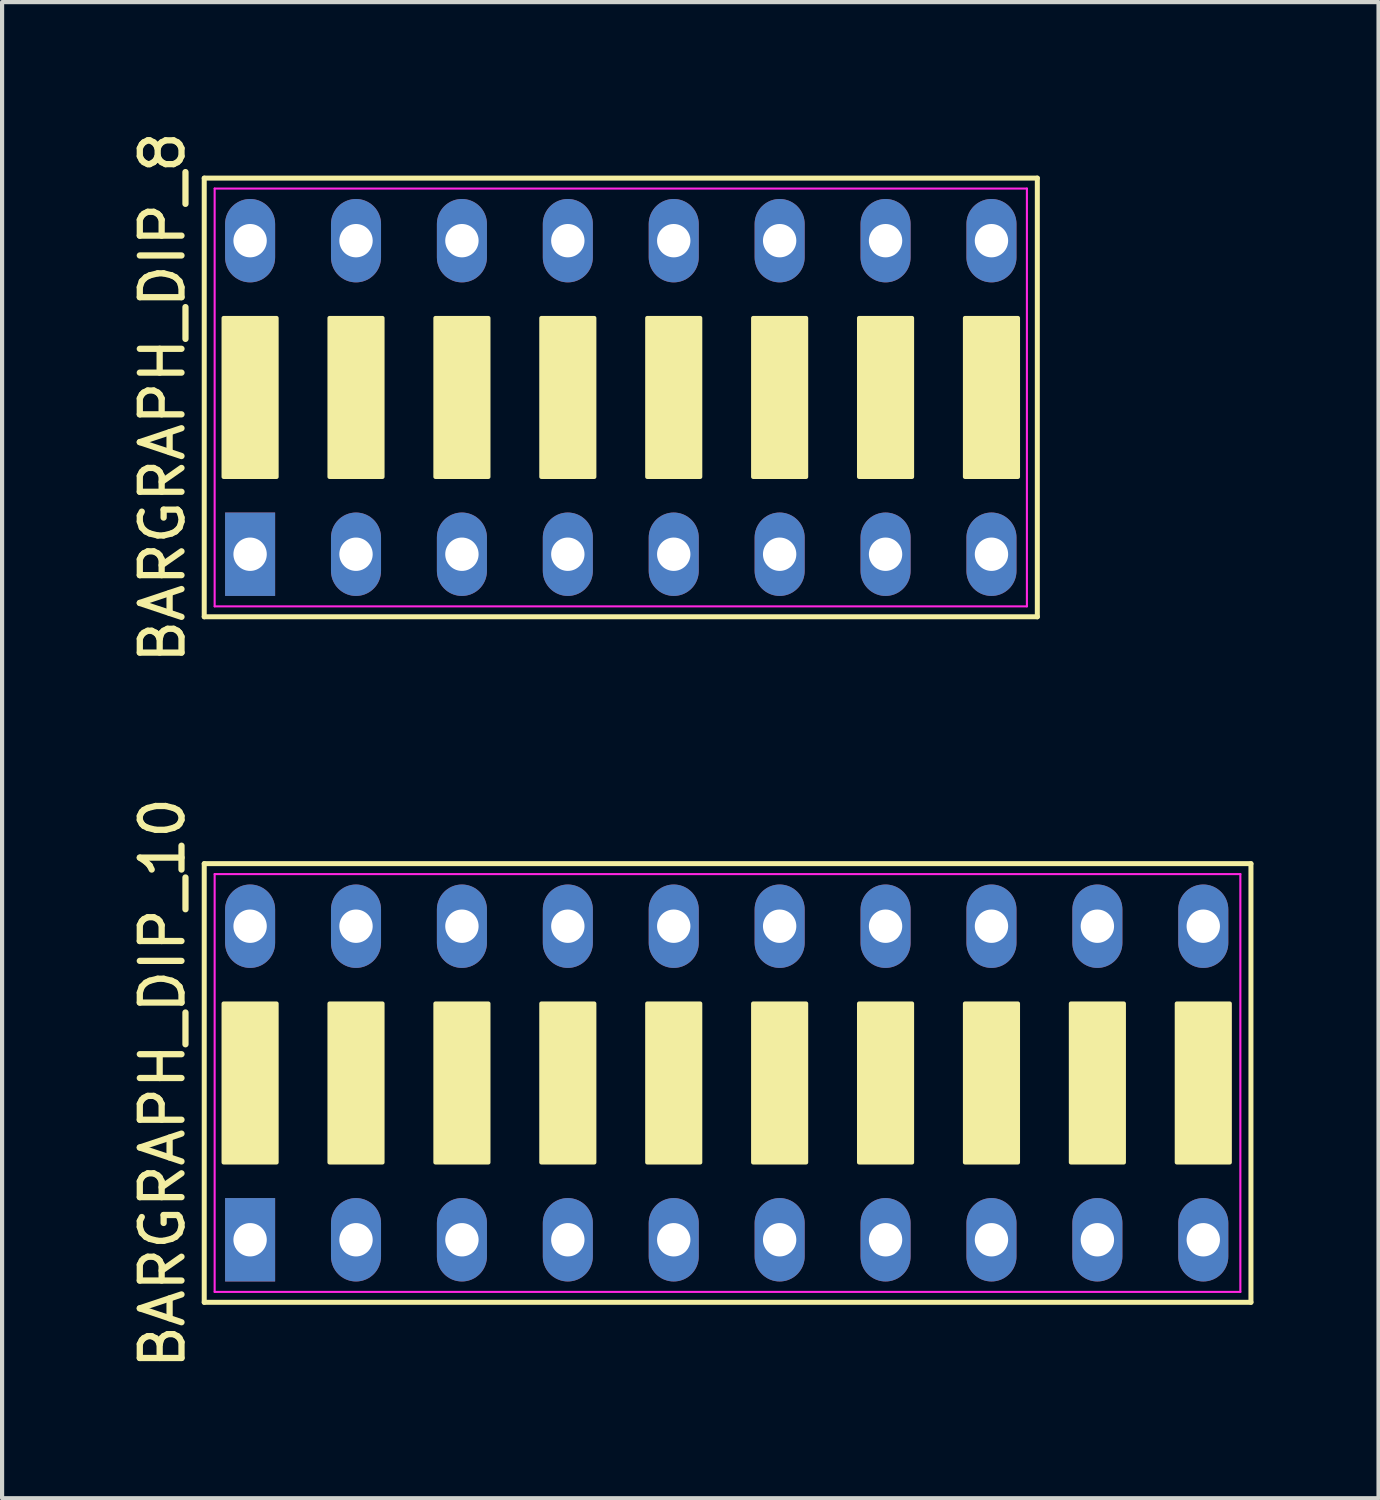
<source format=kicad_pcb>
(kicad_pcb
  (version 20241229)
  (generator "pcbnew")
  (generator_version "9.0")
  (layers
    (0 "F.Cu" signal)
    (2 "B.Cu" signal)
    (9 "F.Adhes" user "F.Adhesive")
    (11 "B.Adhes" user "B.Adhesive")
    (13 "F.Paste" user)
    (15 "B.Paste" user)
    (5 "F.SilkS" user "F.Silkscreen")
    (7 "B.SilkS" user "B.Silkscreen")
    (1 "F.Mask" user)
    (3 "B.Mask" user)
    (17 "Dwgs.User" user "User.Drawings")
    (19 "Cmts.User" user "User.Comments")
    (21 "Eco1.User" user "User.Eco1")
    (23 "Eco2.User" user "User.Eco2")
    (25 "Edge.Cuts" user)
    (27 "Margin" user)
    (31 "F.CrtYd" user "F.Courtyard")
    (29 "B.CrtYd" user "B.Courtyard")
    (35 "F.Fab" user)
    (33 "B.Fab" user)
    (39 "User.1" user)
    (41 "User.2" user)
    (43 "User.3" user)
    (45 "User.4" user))
  (footprint "BARGRAPH_DIP_10"
    (layer "F.Cu")
    (at 14.378 22.923)
    (property "Reference" "BARGRAPH_DIP_10" (at -13.53 0 90) (layer "F.SilkS") (effects (font (size 1 1) (thickness 0.15))))
    (attr through_hole)
    (fp_line (start -12.53 -5.26) (end -12.53 5.26) (stroke (width 0.12) (type solid)) (layer "F.SilkS"))
    (fp_line (start -12.53 5.26) (end 12.573 5.26) (stroke (width 0.12) (type solid)) (layer "F.SilkS"))
    (fp_line (start 12.573 -5.26) (end -12.53 -5.26) (stroke (width 0.12) (type solid)) (layer "F.SilkS"))
    (fp_line (start 12.573 5.26) (end 12.573 -5.26) (stroke (width 0.12) (type solid)) (layer "F.SilkS"))
    (fp_poly (pts (xy -12.065 -1.905) (xy -12.065 1.905) (xy -10.795 1.905) (xy -10.795 -1.905)) (stroke (width 0.1) (type solid)) (fill yes) (layer "F.SilkS"))
    (fp_poly (pts (xy -9.525 -1.905) (xy -9.525 1.905) (xy -8.255 1.905) (xy -8.255 -1.905)) (stroke (width 0.1) (type solid)) (fill yes) (layer "F.SilkS"))
    (fp_poly (pts (xy -6.985 -1.905) (xy -6.985 1.905) (xy -5.715 1.905) (xy -5.715 -1.905)) (stroke (width 0.1) (type solid)) (fill yes) (layer "F.SilkS"))
    (fp_poly (pts (xy -4.445 -1.905) (xy -4.445 1.905) (xy -3.175 1.905) (xy -3.175 -1.905)) (stroke (width 0.1) (type solid)) (fill yes) (layer "F.SilkS"))
    (fp_poly (pts (xy -1.905 -1.905) (xy -1.905 1.905) (xy -0.635 1.905) (xy -0.635 -1.905)) (stroke (width 0.1) (type solid)) (fill yes) (layer "F.SilkS"))
    (fp_poly (pts (xy 0.635 -1.905) (xy 0.635 1.905) (xy 1.905 1.905) (xy 1.905 -1.905)) (stroke (width 0.1) (type solid)) (fill yes) (layer "F.SilkS"))
    (fp_poly (pts (xy 3.175 -1.905) (xy 3.175 1.905) (xy 4.445 1.905) (xy 4.445 -1.905)) (stroke (width 0.1) (type solid)) (fill yes) (layer "F.SilkS"))
    (fp_poly (pts (xy 5.715 -1.905) (xy 5.715 1.905) (xy 6.985 1.905) (xy 6.985 -1.905)) (stroke (width 0.1) (type solid)) (fill yes) (layer "F.SilkS"))
    (fp_poly (pts (xy 8.255 -1.905) (xy 8.255 1.905) (xy 9.525 1.905) (xy 9.525 -1.905)) (stroke (width 0.1) (type solid)) (fill yes) (layer "F.SilkS"))
    (fp_poly (pts (xy 10.795 -1.905) (xy 10.795 1.905) (xy 12.065 1.905) (xy 12.065 -1.905)) (stroke (width 0.1) (type solid)) (fill yes) (layer "F.SilkS"))
    (fp_line (start -12.28 -5.01) (end 12.319 -5.01) (stroke (width 0.05) (type solid)) (layer "F.CrtYd"))
    (fp_line (start -12.28 5.01) (end -12.28 -5.01) (stroke (width 0.05) (type solid)) (layer "F.CrtYd"))
    (fp_line (start 12.319 -5.01) (end 12.319 5.01) (stroke (width 0.05) (type solid)) (layer "F.CrtYd"))
    (fp_line (start 12.319 5.01) (end -12.28 5.01) (stroke (width 0.05) (type solid)) (layer "F.CrtYd"))
    (pad "1" thru_hole rect (at -11.43 3.76) (size 1.2 2) (drill 0.8) (layers "*.Cu" "*.Mask"))
    (pad "2" thru_hole oval (at -8.89 3.76) (size 1.2 2) (drill 0.8) (layers "*.Cu" "*.Mask"))
    (pad "3" thru_hole oval (at -6.35 3.76) (size 1.2 2) (drill 0.8) (layers "*.Cu" "*.Mask"))
    (pad "4" thru_hole oval (at -3.81 3.76) (size 1.2 2) (drill 0.8) (layers "*.Cu" "*.Mask"))
    (pad "5" thru_hole oval (at -1.27 3.76) (size 1.2 2) (drill 0.8) (layers "*.Cu" "*.Mask"))
    (pad "6" thru_hole oval (at 1.27 3.76) (size 1.2 2) (drill 0.8) (layers "*.Cu" "*.Mask"))
    (pad "7" thru_hole oval (at 3.81 3.76) (size 1.2 2) (drill 0.8) (layers "*.Cu" "*.Mask"))
    (pad "8" thru_hole oval (at 6.35 3.76) (size 1.2 2) (drill 0.8) (layers "*.Cu" "*.Mask"))
    (pad "9" thru_hole oval (at 8.89 3.76) (size 1.2 2) (drill 0.8) (layers "*.Cu" "*.Mask"))
    (pad "10" thru_hole oval (at 11.43 3.76) (size 1.2 2) (drill 0.8) (layers "*.Cu" "*.Mask"))
    (pad "11" thru_hole oval (at 11.43 -3.76) (size 1.2 2) (drill 0.8) (layers "*.Cu" "*.Mask"))
    (pad "12" thru_hole oval (at 8.89 -3.76) (size 1.2 2) (drill 0.8) (layers "*.Cu" "*.Mask"))
    (pad "13" thru_hole oval (at 6.35 -3.76) (size 1.2 2) (drill 0.8) (layers "*.Cu" "*.Mask"))
    (pad "14" thru_hole oval (at 3.81 -3.76) (size 1.2 2) (drill 0.8) (layers "*.Cu" "*.Mask"))
    (pad "15" thru_hole oval (at 1.27 -3.76) (size 1.2 2) (drill 0.8) (layers "*.Cu" "*.Mask"))
    (pad "16" thru_hole oval (at -1.27 -3.76) (size 1.2 2) (drill 0.8) (layers "*.Cu" "*.Mask"))
    (pad "17" thru_hole oval (at -3.81 -3.76) (size 1.2 2) (drill 0.8) (layers "*.Cu" "*.Mask"))
    (pad "18" thru_hole oval (at -6.35 -3.76) (size 1.2 2) (drill 0.8) (layers "*.Cu" "*.Mask"))
    (pad "19" thru_hole oval (at -8.89 -3.76) (size 1.2 2) (drill 0.8) (layers "*.Cu" "*.Mask"))
    (pad "20" thru_hole oval (at -11.43 -3.76) (size 1.2 2) (drill 0.8) (layers "*.Cu" "*.Mask")))
  (footprint "BARGRAPH_DIP_8"
    (layer "F.Cu")
    (at 11.838 6.482)
    (property "Reference" "BARGRAPH_DIP_8" (at -10.99 0 90) (layer "F.SilkS") (effects (font (size 1 1) (thickness 0.15))))
    (attr through_hole)
    (fp_line (start -9.99 -5.26) (end -9.99 5.26) (stroke (width 0.12) (type solid)) (layer "F.SilkS"))
    (fp_line (start -9.99 5.26) (end 9.99 5.26) (stroke (width 0.12) (type solid)) (layer "F.SilkS"))
    (fp_line (start 9.99 -5.26) (end -9.99 -5.26) (stroke (width 0.12) (type solid)) (layer "F.SilkS"))
    (fp_line (start 9.99 5.26) (end 9.99 -5.26) (stroke (width 0.12) (type solid)) (layer "F.SilkS"))
    (fp_poly (pts (xy -9.525 -1.905) (xy -9.525 1.905) (xy -8.255 1.905) (xy -8.255 -1.905)) (stroke (width 0.1) (type solid)) (fill yes) (layer "F.SilkS"))
    (fp_poly (pts (xy -6.985 -1.905) (xy -6.985 1.905) (xy -5.715 1.905) (xy -5.715 -1.905)) (stroke (width 0.1) (type solid)) (fill yes) (layer "F.SilkS"))
    (fp_poly (pts (xy -4.445 -1.905) (xy -4.445 1.905) (xy -3.175 1.905) (xy -3.175 -1.905)) (stroke (width 0.1) (type solid)) (fill yes) (layer "F.SilkS"))
    (fp_poly (pts (xy -1.905 -1.905) (xy -1.905 1.905) (xy -0.635 1.905) (xy -0.635 -1.905)) (stroke (width 0.1) (type solid)) (fill yes) (layer "F.SilkS"))
    (fp_poly (pts (xy 0.635 -1.905) (xy 0.635 1.905) (xy 1.905 1.905) (xy 1.905 -1.905)) (stroke (width 0.1) (type solid)) (fill yes) (layer "F.SilkS"))
    (fp_poly (pts (xy 3.175 -1.905) (xy 3.175 1.905) (xy 4.445 1.905) (xy 4.445 -1.905)) (stroke (width 0.1) (type solid)) (fill yes) (layer "F.SilkS"))
    (fp_poly (pts (xy 5.715 -1.905) (xy 5.715 1.905) (xy 6.985 1.905) (xy 6.985 -1.905)) (stroke (width 0.1) (type solid)) (fill yes) (layer "F.SilkS"))
    (fp_poly (pts (xy 8.255 -1.905) (xy 8.255 1.905) (xy 9.525 1.905) (xy 9.525 -1.905)) (stroke (width 0.1) (type solid)) (fill yes) (layer "F.SilkS"))
    (fp_line (start -9.74 -5.01) (end 9.74 -5.01) (stroke (width 0.05) (type solid)) (layer "F.CrtYd"))
    (fp_line (start -9.74 5.01) (end -9.74 -5.01) (stroke (width 0.05) (type solid)) (layer "F.CrtYd"))
    (fp_line (start 9.74 -5.01) (end 9.74 5.01) (stroke (width 0.05) (type solid)) (layer "F.CrtYd"))
    (fp_line (start 9.74 5.01) (end -9.74 5.01) (stroke (width 0.05) (type solid)) (layer "F.CrtYd"))
    (pad "1" thru_hole rect (at -8.89 3.76) (size 1.2 2) (drill 0.8) (layers "*.Cu" "*.Mask"))
    (pad "2" thru_hole oval (at -6.35 3.76) (size 1.2 2) (drill 0.8) (layers "*.Cu" "*.Mask"))
    (pad "3" thru_hole oval (at -3.81 3.76) (size 1.2 2) (drill 0.8) (layers "*.Cu" "*.Mask"))
    (pad "4" thru_hole oval (at -1.27 3.76) (size 1.2 2) (drill 0.8) (layers "*.Cu" "*.Mask"))
    (pad "5" thru_hole oval (at 1.27 3.76) (size 1.2 2) (drill 0.8) (layers "*.Cu" "*.Mask"))
    (pad "6" thru_hole oval (at 3.81 3.76) (size 1.2 2) (drill 0.8) (layers "*.Cu" "*.Mask"))
    (pad "7" thru_hole oval (at 6.35 3.76) (size 1.2 2) (drill 0.8) (layers "*.Cu" "*.Mask"))
    (pad "8" thru_hole oval (at 8.89 3.76) (size 1.2 2) (drill 0.8) (layers "*.Cu" "*.Mask"))
    (pad "9" thru_hole oval (at 8.89 -3.76) (size 1.2 2) (drill 0.8) (layers "*.Cu" "*.Mask"))
    (pad "10" thru_hole oval (at 6.35 -3.76) (size 1.2 2) (drill 0.8) (layers "*.Cu" "*.Mask"))
    (pad "11" thru_hole oval (at 3.81 -3.76) (size 1.2 2) (drill 0.8) (layers "*.Cu" "*.Mask"))
    (pad "12" thru_hole oval (at 1.27 -3.76) (size 1.2 2) (drill 0.8) (layers "*.Cu" "*.Mask"))
    (pad "13" thru_hole oval (at -1.27 -3.76) (size 1.2 2) (drill 0.8) (layers "*.Cu" "*.Mask"))
    (pad "14" thru_hole oval (at -3.81 -3.76) (size 1.2 2) (drill 0.8) (layers "*.Cu" "*.Mask"))
    (pad "15" thru_hole oval (at -6.35 -3.76) (size 1.2 2) (drill 0.8) (layers "*.Cu" "*.Mask"))
    (pad "16" thru_hole oval (at -8.89 -3.76) (size 1.2 2) (drill 0.8) (layers "*.Cu" "*.Mask")))
  (gr_rect
    (start -3 -3)
    (end 30.011 32.881)
    (stroke (width 0.1) (type default))
    (fill no)
    (layer "Edge.Cuts")))
</source>
